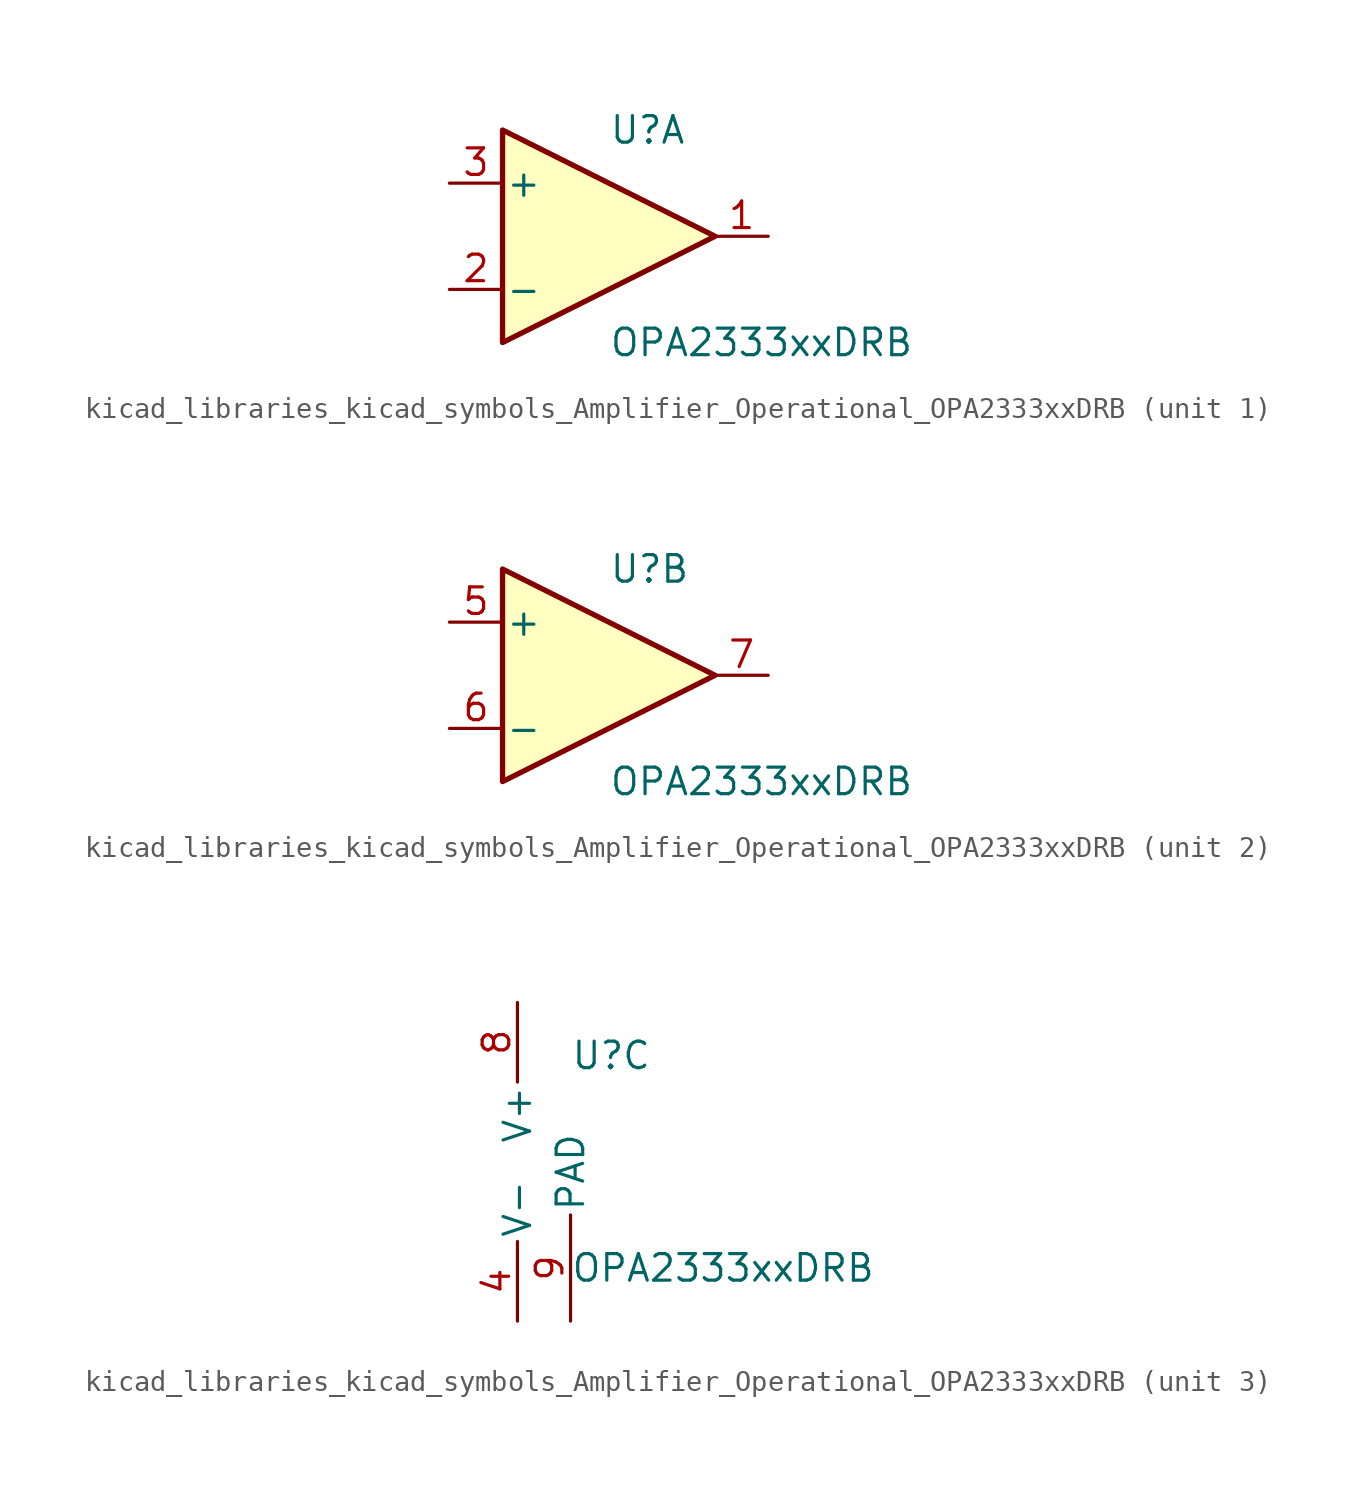
<source format=kicad_sym>
(kicad_symbol_lib
  (version 20220914)
  (generator kicad_symbol_editor)
  (symbol "kicad_libraries_kicad_symbols_Amplifier_Operational_OPA2333xxDRB"
    (pin_names
      (offset 0.127))
    (property "Reference" "U"
      (at 0 5.08 0)
      (effects (font (size 1.27 1.27)) (justify left)))
    (property "Value" "OPA2333xxDRB"
      (at 0 -5.08 0)
      (effects (font (size 1.27 1.27)) (justify left)))
    (property "ki_locked" ""
      (at 0 0 0)
      (effects (font (size 1.27 1.27))))
    (symbol "kicad_libraries_kicad_symbols_Amplifier_Operational_OPA2333xxDRB_1_1"
      (polyline (pts (xy -5.08 5.08) (xy 5.08 0) (xy -5.08 -5.08) (xy -5.08 5.08)) (stroke (width 0.254) (type default)) (fill (type background)))
      (pin output line (at 7.62 0 180) (length 2.54) (name "~" (effects (font (size 1.27 1.27)))) (number "1" (effects (font (size 1.27 1.27)))))
      (pin input line (at -7.62 -2.54 0) (length 2.54) (name "-" (effects (font (size 1.27 1.27)))) (number "2" (effects (font (size 1.27 1.27)))))
      (pin input line (at -7.62 2.54 0) (length 2.54) (name "+" (effects (font (size 1.27 1.27)))) (number "3" (effects (font (size 1.27 1.27))))))
    (symbol "kicad_libraries_kicad_symbols_Amplifier_Operational_OPA2333xxDRB_2_1"
      (polyline (pts (xy -5.08 5.08) (xy 5.08 0) (xy -5.08 -5.08) (xy -5.08 5.08)) (stroke (width 0.254) (type default)) (fill (type background)))
      (pin input line (at -7.62 2.54 0) (length 2.54) (name "+" (effects (font (size 1.27 1.27)))) (number "5" (effects (font (size 1.27 1.27)))))
      (pin input line (at -7.62 -2.54 0) (length 2.54) (name "-" (effects (font (size 1.27 1.27)))) (number "6" (effects (font (size 1.27 1.27)))))
      (pin output line (at 7.62 0 180) (length 2.54) (name "~" (effects (font (size 1.27 1.27)))) (number "7" (effects (font (size 1.27 1.27))))))
    (symbol "kicad_libraries_kicad_symbols_Amplifier_Operational_OPA2333xxDRB_3_1"
      (pin power_in line (at -2.54 -7.62 90) (length 3.81) (name "V-" (effects (font (size 1.27 1.27)))) (number "4" (effects (font (size 1.27 1.27)))))
      (pin power_in line (at -2.54 7.62 270) (length 3.81) (name "V+" (effects (font (size 1.27 1.27)))) (number "8" (effects (font (size 1.27 1.27)))))
      (pin power_in line (at 0 -7.62 90) (length 5.08) (name "PAD" (effects (font (size 1.27 1.27)))) (number "9" (effects (font (size 1.27 1.27))))))))
</source>
